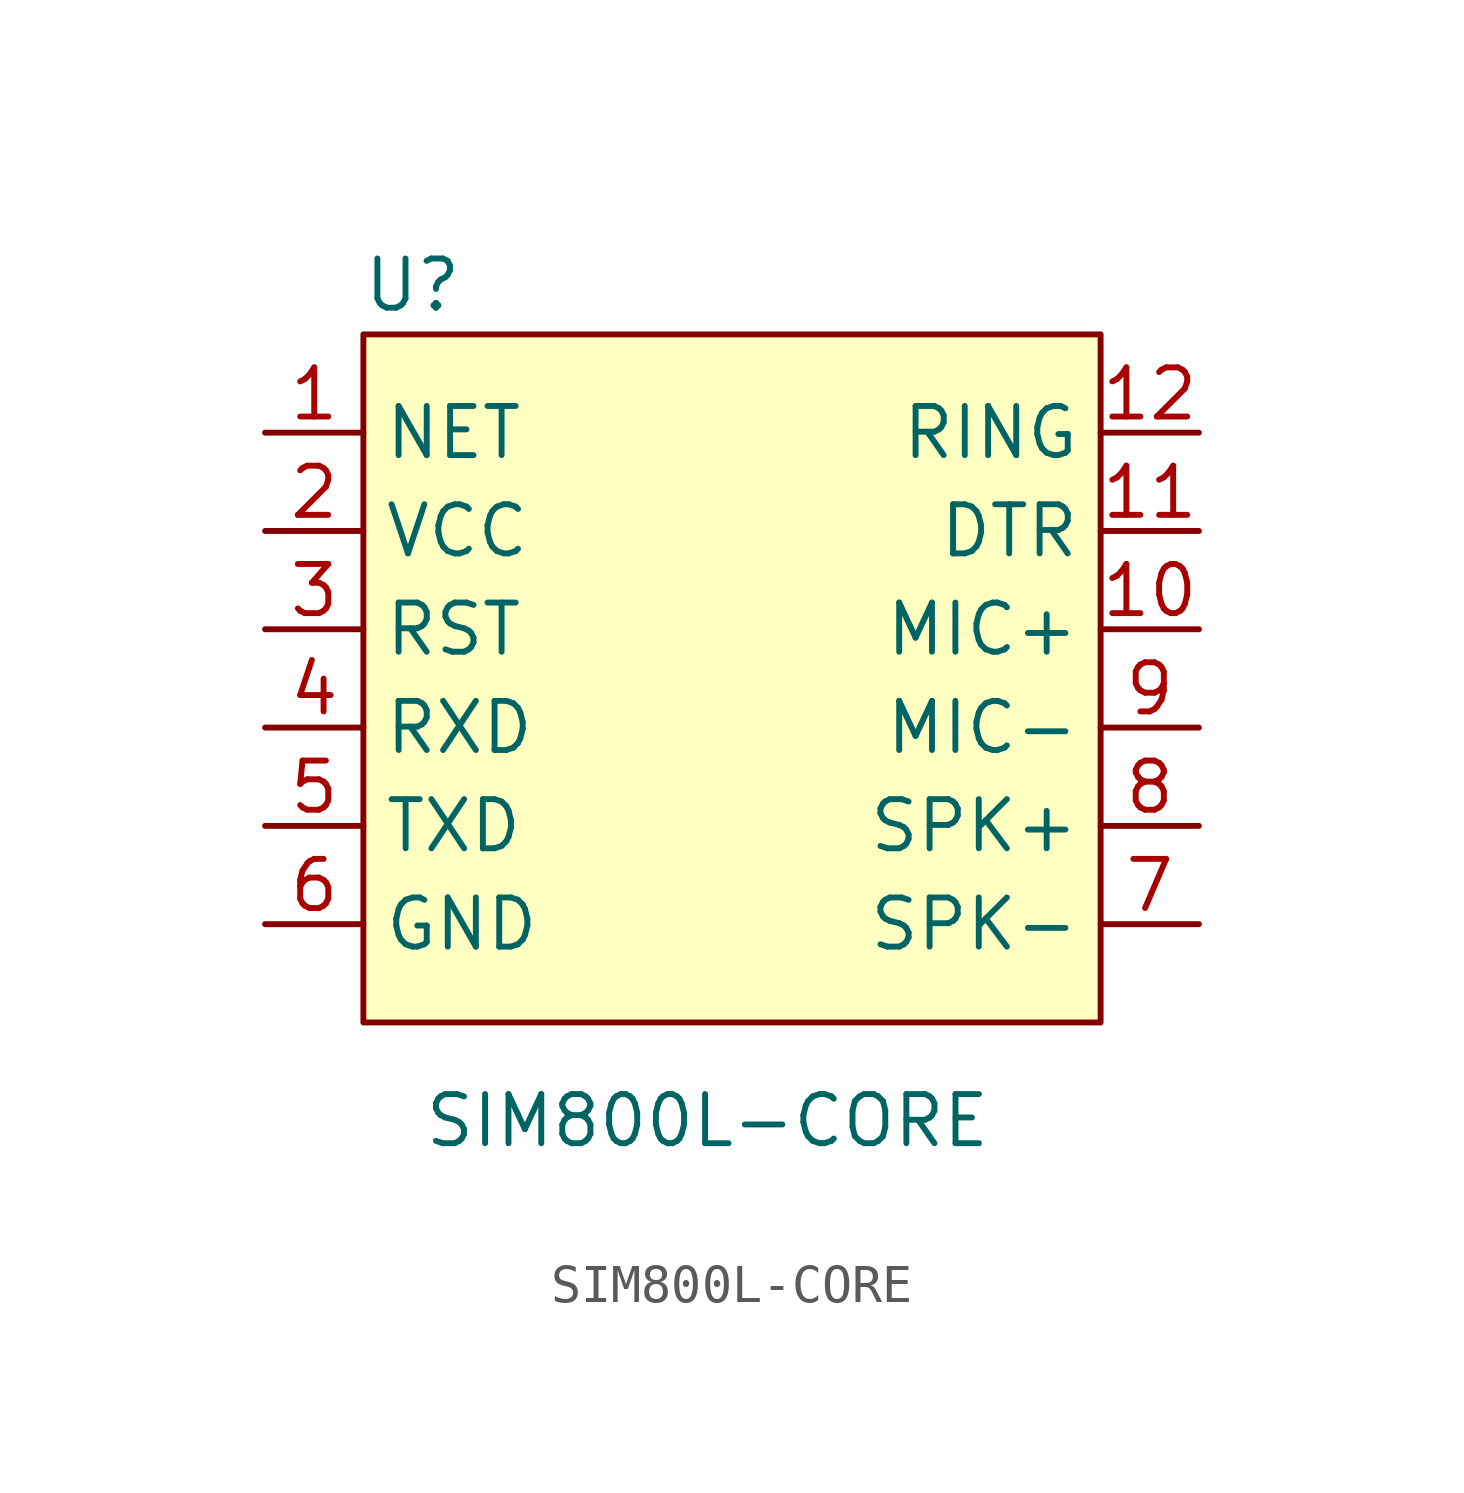
<source format=kicad_sym>
(kicad_symbol_lib
  (version 20211014)
  (generator kicad_symbol_editor)
  (symbol "SIM800L-CORE"
    (property "Reference" "U"
      (at -7.62 8.89 0)
      (effects (font (size 1.27 1.27))))
    (property "Value" "SIM800L-CORE"
      (at 0 -12.7 0)
      (effects (font (size 1.27 1.27))))
    (symbol "SIM800L-CORE_0_1"
      (rectangle (start -8.89 7.62) (end 10.16 -10.16) (stroke (width 0.152) (type default) (color 0 0 0 0)) (fill (type background))))
    (symbol "SIM800L-CORE_1_1"
      (pin bidirectional line (at -11.43 5.08 0) (length 2.54) (name "NET" (effects (font (size 1.27 1.27)))) (number "1" (effects (font (size 1.27 1.27)))))
      (pin output line (at 12.7 0 180) (length 2.54) (name "MIC+" (effects (font (size 1.27 1.27)))) (number "10" (effects (font (size 1.27 1.27)))))
      (pin passive line (at 12.7 2.54 180) (length 2.54) (name "DTR" (effects (font (size 1.27 1.27)))) (number "11" (effects (font (size 1.27 1.27)))))
      (pin output line (at 12.7 5.08 180) (length 2.54) (name "RING" (effects (font (size 1.27 1.27)))) (number "12" (effects (font (size 1.27 1.27)))))
      (pin power_in line (at -11.43 2.54 0) (length 2.54) (name "VCC" (effects (font (size 1.27 1.27)))) (number "2" (effects (font (size 1.27 1.27)))))
      (pin input line (at -11.43 0 0) (length 2.54) (name "RST" (effects (font (size 1.27 1.27)))) (number "3" (effects (font (size 1.27 1.27)))))
      (pin input line (at -11.43 -2.54 0) (length 2.54) (name "RXD" (effects (font (size 1.27 1.27)))) (number "4" (effects (font (size 1.27 1.27)))))
      (pin output line (at -11.43 -5.08 0) (length 2.54) (name "TXD" (effects (font (size 1.27 1.27)))) (number "5" (effects (font (size 1.27 1.27)))))
      (pin power_in line (at -11.43 -7.62 0) (length 2.54) (name "GND" (effects (font (size 1.27 1.27)))) (number "6" (effects (font (size 1.27 1.27)))))
      (pin output line (at 12.7 -7.62 180) (length 2.54) (name "SPK-" (effects (font (size 1.27 1.27)))) (number "7" (effects (font (size 1.27 1.27)))))
      (pin output line (at 12.7 -5.08 180) (length 2.54) (name "SPK+" (effects (font (size 1.27 1.27)))) (number "8" (effects (font (size 1.27 1.27)))))
      (pin output line (at 12.7 -2.54 180) (length 2.54) (name "MIC-" (effects (font (size 1.27 1.27)))) (number "9" (effects (font (size 1.27 1.27))))))))
</source>
